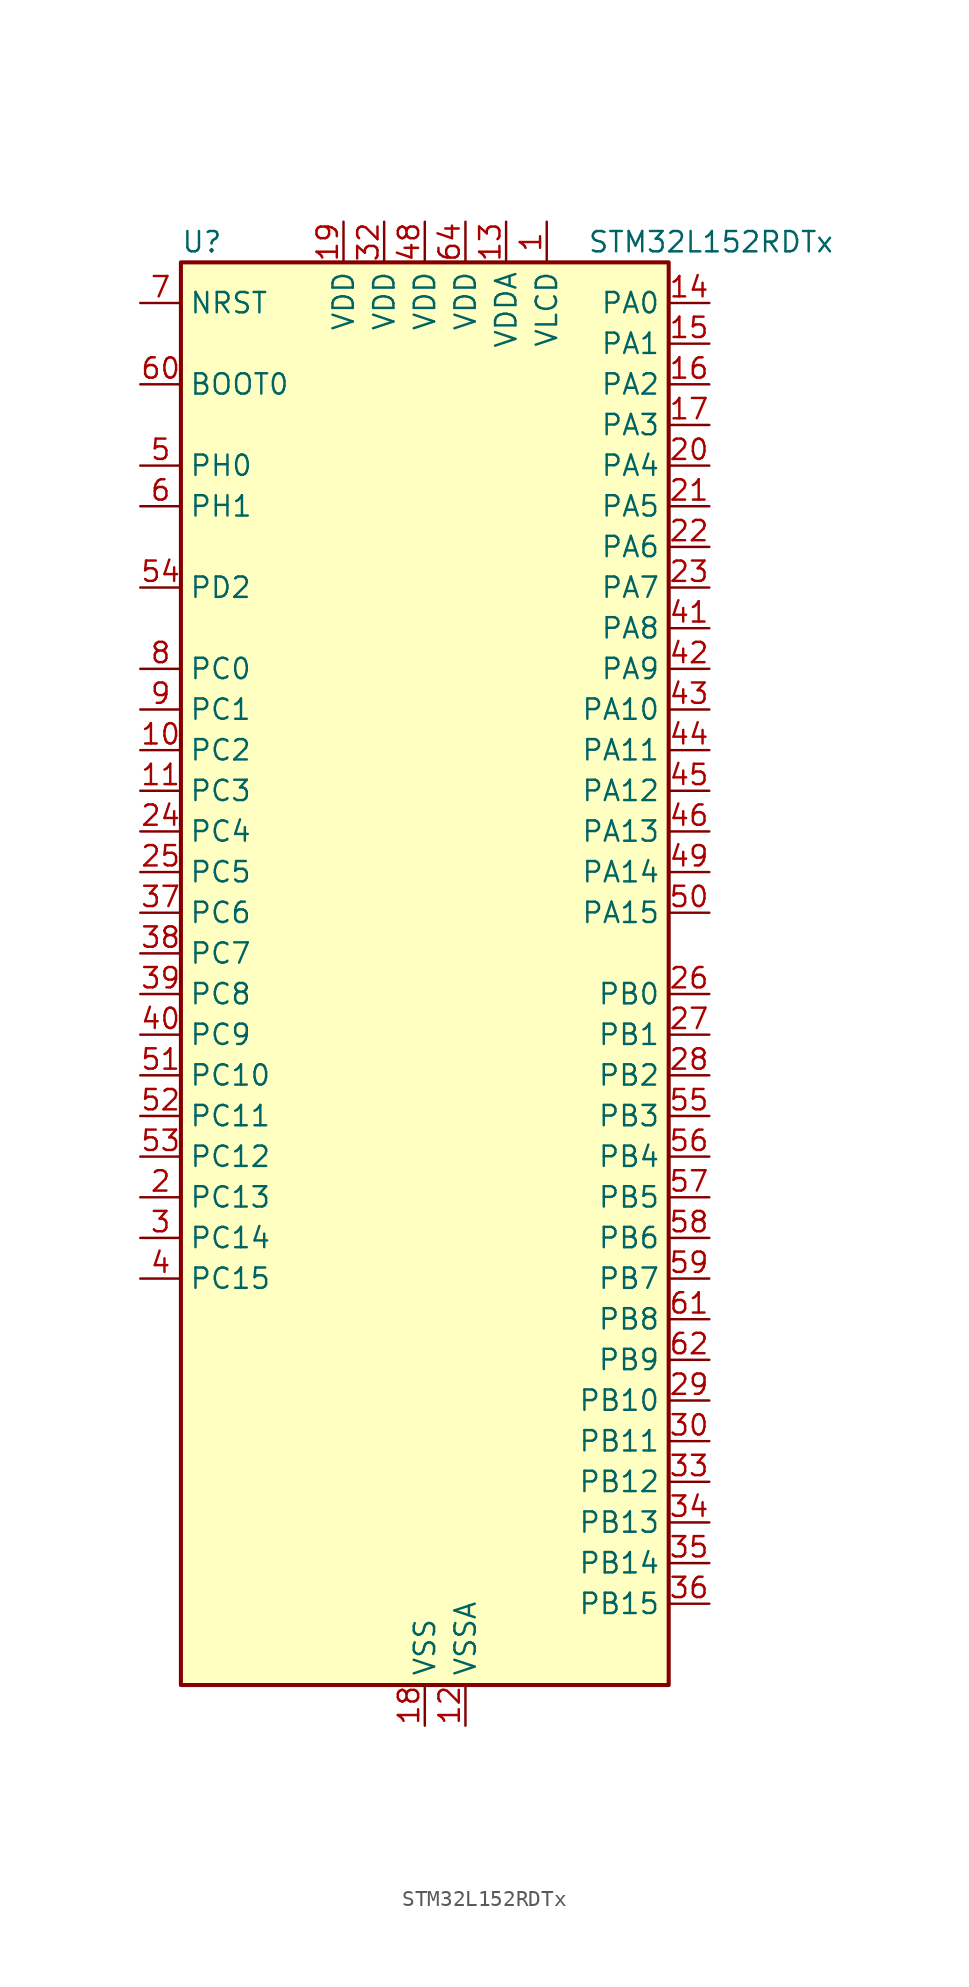
<source format=kicad_sym>
(kicad_symbol_lib
  (version 20220914)
  (generator kicad_symbol_editor)
  (symbol "STM32L152RDTx"
    (property "Reference" "U"
      (at -15.24 46.99 0)
      (effects (font (size 1.27 1.27)) (justify left)))
    (property "Value" "STM32L152RDTx"
      (at 10.16 46.99 0)
      (effects (font (size 1.27 1.27)) (justify left)))
    (property "ki_locked" ""
      (at 0 0 0)
      (effects (font (size 1.27 1.27))))
    (symbol "STM32L152RDTx_0_1"
      (rectangle (start -15.24 -43.18) (end 15.24 45.72) (stroke (width 0.254) (type default)) (fill (type background))))
    (symbol "STM32L152RDTx_1_1"
      (pin power_in line (at 7.62 48.26 270) (length 2.54) (name "VLCD" (effects (font (size 1.27 1.27)))) (number "1" (effects (font (size 1.27 1.27)))))
      (pin bidirectional line (at -17.78 15.24 0) (length 2.54) (name "PC2" (effects (font (size 1.27 1.27)))) (number "10" (effects (font (size 1.27 1.27)))) (alternate "ADC_IN12" bidirectional line) (alternate "COMP1_INP" bidirectional line) (alternate "LCD_SEG20" bidirectional line) (alternate "OPAMP3_VINM" bidirectional line) (alternate "TIMX_IC3" bidirectional line) (alternate "TS_G8_IO3" bidirectional line))
      (pin bidirectional line (at -17.78 12.7 0) (length 2.54) (name "PC3" (effects (font (size 1.27 1.27)))) (number "11" (effects (font (size 1.27 1.27)))) (alternate "ADC_IN13" bidirectional line) (alternate "COMP1_INP" bidirectional line) (alternate "LCD_SEG21" bidirectional line) (alternate "OPAMP3_VOUT" bidirectional line) (alternate "TIMX_IC4" bidirectional line) (alternate "TS_G8_IO4" bidirectional line))
      (pin power_in line (at 2.54 -45.72 90) (length 2.54) (name "VSSA" (effects (font (size 1.27 1.27)))) (number "12" (effects (font (size 1.27 1.27)))))
      (pin power_in line (at 5.08 48.26 270) (length 2.54) (name "VDDA" (effects (font (size 1.27 1.27)))) (number "13" (effects (font (size 1.27 1.27)))))
      (pin bidirectional line (at 17.78 43.18 180) (length 2.54) (name "PA0" (effects (font (size 1.27 1.27)))) (number "14" (effects (font (size 1.27 1.27)))) (alternate "ADC_IN0" bidirectional line) (alternate "COMP1_INP" bidirectional line) (alternate "RTC_TAMP2" bidirectional line) (alternate "SYS_WKUP1" bidirectional line) (alternate "TIM2_CH1" bidirectional line) (alternate "TIM2_ETR" bidirectional line) (alternate "TIM5_CH1" bidirectional line) (alternate "TIMX_IC1" bidirectional line) (alternate "TS_G1_IO1" bidirectional line) (alternate "USART2_CTS" bidirectional line))
      (pin bidirectional line (at 17.78 40.64 180) (length 2.54) (name "PA1" (effects (font (size 1.27 1.27)))) (number "15" (effects (font (size 1.27 1.27)))) (alternate "ADC_IN1" bidirectional line) (alternate "COMP1_INP" bidirectional line) (alternate "LCD_SEG0" bidirectional line) (alternate "OPAMP1_VINP" bidirectional line) (alternate "TIM2_CH2" bidirectional line) (alternate "TIM5_CH2" bidirectional line) (alternate "TIMX_IC2" bidirectional line) (alternate "TS_G1_IO2" bidirectional line) (alternate "USART2_RTS" bidirectional line))
      (pin bidirectional line (at 17.78 38.1 180) (length 2.54) (name "PA2" (effects (font (size 1.27 1.27)))) (number "16" (effects (font (size 1.27 1.27)))) (alternate "ADC_IN2" bidirectional line) (alternate "COMP1_INP" bidirectional line) (alternate "LCD_SEG1" bidirectional line) (alternate "OPAMP1_VINM" bidirectional line) (alternate "TIM2_CH3" bidirectional line) (alternate "TIM5_CH3" bidirectional line) (alternate "TIM9_CH1" bidirectional line) (alternate "TIMX_IC3" bidirectional line) (alternate "TS_G1_IO3" bidirectional line) (alternate "USART2_TX" bidirectional line))
      (pin bidirectional line (at 17.78 35.56 180) (length 2.54) (name "PA3" (effects (font (size 1.27 1.27)))) (number "17" (effects (font (size 1.27 1.27)))) (alternate "ADC_IN3" bidirectional line) (alternate "COMP1_INP" bidirectional line) (alternate "LCD_SEG2" bidirectional line) (alternate "OPAMP1_VOUT" bidirectional line) (alternate "TIM2_CH4" bidirectional line) (alternate "TIM5_CH4" bidirectional line) (alternate "TIM9_CH2" bidirectional line) (alternate "TIMX_IC4" bidirectional line) (alternate "TS_G1_IO4" bidirectional line) (alternate "USART2_RX" bidirectional line))
      (pin power_in line (at 0 -45.72 90) (length 2.54) (name "VSS" (effects (font (size 1.27 1.27)))) (number "18" (effects (font (size 1.27 1.27)))))
      (pin power_in line (at -5.08 48.26 270) (length 2.54) (name "VDD" (effects (font (size 1.27 1.27)))) (number "19" (effects (font (size 1.27 1.27)))))
      (pin bidirectional line (at -17.78 -12.7 0) (length 2.54) (name "PC13" (effects (font (size 1.27 1.27)))) (number "2" (effects (font (size 1.27 1.27)))) (alternate "RTC_OUT_ALARM" bidirectional line) (alternate "RTC_OUT_CALIB" bidirectional line) (alternate "RTC_TAMP1" bidirectional line) (alternate "RTC_TS" bidirectional line) (alternate "SYS_WKUP2" bidirectional line) (alternate "TIMX_IC2" bidirectional line))
      (pin bidirectional line (at 17.78 33.02 180) (length 2.54) (name "PA4" (effects (font (size 1.27 1.27)))) (number "20" (effects (font (size 1.27 1.27)))) (alternate "ADC_IN4" bidirectional line) (alternate "COMP1_INP" bidirectional line) (alternate "DAC_OUT1" bidirectional line) (alternate "I2S3_WS" bidirectional line) (alternate "SPI1_NSS" bidirectional line) (alternate "SPI3_NSS" bidirectional line) (alternate "TIMX_IC1" bidirectional line) (alternate "USART2_CK" bidirectional line))
      (pin bidirectional line (at 17.78 30.48 180) (length 2.54) (name "PA5" (effects (font (size 1.27 1.27)))) (number "21" (effects (font (size 1.27 1.27)))) (alternate "ADC_IN5" bidirectional line) (alternate "COMP1_INP" bidirectional line) (alternate "DAC_OUT2" bidirectional line) (alternate "SPI1_SCK" bidirectional line) (alternate "TIM2_CH1" bidirectional line) (alternate "TIM2_ETR" bidirectional line) (alternate "TIMX_IC2" bidirectional line))
      (pin bidirectional line (at 17.78 27.94 180) (length 2.54) (name "PA6" (effects (font (size 1.27 1.27)))) (number "22" (effects (font (size 1.27 1.27)))) (alternate "ADC_IN6" bidirectional line) (alternate "COMP1_INP" bidirectional line) (alternate "LCD_SEG3" bidirectional line) (alternate "OPAMP2_VINP" bidirectional line) (alternate "SPI1_MISO" bidirectional line) (alternate "TIM10_CH1" bidirectional line) (alternate "TIM3_CH1" bidirectional line) (alternate "TIMX_IC3" bidirectional line) (alternate "TS_G2_IO1" bidirectional line))
      (pin bidirectional line (at 17.78 25.4 180) (length 2.54) (name "PA7" (effects (font (size 1.27 1.27)))) (number "23" (effects (font (size 1.27 1.27)))) (alternate "ADC_IN7" bidirectional line) (alternate "COMP1_INP" bidirectional line) (alternate "LCD_SEG4" bidirectional line) (alternate "OPAMP2_VINM" bidirectional line) (alternate "SPI1_MOSI" bidirectional line) (alternate "TIM11_CH1" bidirectional line) (alternate "TIM3_CH2" bidirectional line) (alternate "TIMX_IC4" bidirectional line) (alternate "TS_G2_IO2" bidirectional line))
      (pin bidirectional line (at -17.78 10.16 0) (length 2.54) (name "PC4" (effects (font (size 1.27 1.27)))) (number "24" (effects (font (size 1.27 1.27)))) (alternate "ADC_IN14" bidirectional line) (alternate "COMP1_INP" bidirectional line) (alternate "LCD_SEG22" bidirectional line) (alternate "TIMX_IC1" bidirectional line) (alternate "TS_G9_IO1" bidirectional line))
      (pin bidirectional line (at -17.78 7.62 0) (length 2.54) (name "PC5" (effects (font (size 1.27 1.27)))) (number "25" (effects (font (size 1.27 1.27)))) (alternate "ADC_IN15" bidirectional line) (alternate "COMP1_INP" bidirectional line) (alternate "LCD_SEG23" bidirectional line) (alternate "TIMX_IC2" bidirectional line) (alternate "TS_G9_IO2" bidirectional line))
      (pin bidirectional line (at 17.78 0 180) (length 2.54) (name "PB0" (effects (font (size 1.27 1.27)))) (number "26" (effects (font (size 1.27 1.27)))) (alternate "ADC_IN8" bidirectional line) (alternate "COMP1_INP" bidirectional line) (alternate "LCD_SEG5" bidirectional line) (alternate "OPAMP2_VOUT" bidirectional line) (alternate "SYS_V_REF_OUT" bidirectional line) (alternate "TIM3_CH3" bidirectional line) (alternate "TS_G3_IO1" bidirectional line))
      (pin bidirectional line (at 17.78 -2.54 180) (length 2.54) (name "PB1" (effects (font (size 1.27 1.27)))) (number "27" (effects (font (size 1.27 1.27)))) (alternate "ADC_IN9" bidirectional line) (alternate "COMP1_INP" bidirectional line) (alternate "LCD_SEG6" bidirectional line) (alternate "SYS_V_REF_OUT" bidirectional line) (alternate "TIM3_CH4" bidirectional line) (alternate "TS_G3_IO2" bidirectional line))
      (pin bidirectional line (at 17.78 -5.08 180) (length 2.54) (name "PB2" (effects (font (size 1.27 1.27)))) (number "28" (effects (font (size 1.27 1.27)))) (alternate "TS_G3_IO3" bidirectional line))
      (pin bidirectional line (at 17.78 -25.4 180) (length 2.54) (name "PB10" (effects (font (size 1.27 1.27)))) (number "29" (effects (font (size 1.27 1.27)))) (alternate "I2C2_SCL" bidirectional line) (alternate "LCD_SEG10" bidirectional line) (alternate "TIM2_CH3" bidirectional line) (alternate "USART3_TX" bidirectional line))
      (pin bidirectional line (at -17.78 -15.24 0) (length 2.54) (name "PC14" (effects (font (size 1.27 1.27)))) (number "3" (effects (font (size 1.27 1.27)))) (alternate "RCC_OSC32_IN" bidirectional line) (alternate "TIMX_IC3" bidirectional line))
      (pin bidirectional line (at 17.78 -27.94 180) (length 2.54) (name "PB11" (effects (font (size 1.27 1.27)))) (number "30" (effects (font (size 1.27 1.27)))) (alternate "ADC_EXTI11" bidirectional line) (alternate "I2C2_SDA" bidirectional line) (alternate "LCD_SEG11" bidirectional line) (alternate "TIM2_CH4" bidirectional line) (alternate "USART3_RX" bidirectional line))
      (pin passive line (at 0 -45.72 90) (length 2.54) hide (name "VSS" (effects (font (size 1.27 1.27)))) (number "31" (effects (font (size 1.27 1.27)))))
      (pin power_in line (at -2.54 48.26 270) (length 2.54) (name "VDD" (effects (font (size 1.27 1.27)))) (number "32" (effects (font (size 1.27 1.27)))))
      (pin bidirectional line (at 17.78 -30.48 180) (length 2.54) (name "PB12" (effects (font (size 1.27 1.27)))) (number "33" (effects (font (size 1.27 1.27)))) (alternate "ADC_IN18" bidirectional line) (alternate "COMP1_INP" bidirectional line) (alternate "I2C2_SMBA" bidirectional line) (alternate "I2S2_WS" bidirectional line) (alternate "LCD_SEG12" bidirectional line) (alternate "SPI2_NSS" bidirectional line) (alternate "TIM10_CH1" bidirectional line) (alternate "TS_G7_IO1" bidirectional line) (alternate "USART3_CK" bidirectional line))
      (pin bidirectional line (at 17.78 -33.02 180) (length 2.54) (name "PB13" (effects (font (size 1.27 1.27)))) (number "34" (effects (font (size 1.27 1.27)))) (alternate "ADC_IN19" bidirectional line) (alternate "COMP1_INP" bidirectional line) (alternate "I2S2_CK" bidirectional line) (alternate "LCD_SEG13" bidirectional line) (alternate "SPI2_SCK" bidirectional line) (alternate "TIM9_CH1" bidirectional line) (alternate "TS_G7_IO2" bidirectional line) (alternate "USART3_CTS" bidirectional line))
      (pin bidirectional line (at 17.78 -35.56 180) (length 2.54) (name "PB14" (effects (font (size 1.27 1.27)))) (number "35" (effects (font (size 1.27 1.27)))) (alternate "ADC_IN20" bidirectional line) (alternate "COMP1_INP" bidirectional line) (alternate "LCD_SEG14" bidirectional line) (alternate "SPI2_MISO" bidirectional line) (alternate "TIM9_CH2" bidirectional line) (alternate "TS_G7_IO3" bidirectional line) (alternate "USART3_RTS" bidirectional line))
      (pin bidirectional line (at 17.78 -38.1 180) (length 2.54) (name "PB15" (effects (font (size 1.27 1.27)))) (number "36" (effects (font (size 1.27 1.27)))) (alternate "ADC_EXTI15" bidirectional line) (alternate "ADC_IN21" bidirectional line) (alternate "COMP1_INP" bidirectional line) (alternate "I2S2_SD" bidirectional line) (alternate "LCD_SEG15" bidirectional line) (alternate "RTC_REFIN" bidirectional line) (alternate "SPI2_MOSI" bidirectional line) (alternate "TIM11_CH1" bidirectional line) (alternate "TS_G7_IO4" bidirectional line))
      (pin bidirectional line (at -17.78 5.08 0) (length 2.54) (name "PC6" (effects (font (size 1.27 1.27)))) (number "37" (effects (font (size 1.27 1.27)))) (alternate "I2S2_MCK" bidirectional line) (alternate "LCD_SEG24" bidirectional line) (alternate "SDIO_D6" bidirectional line) (alternate "TIM3_CH1" bidirectional line) (alternate "TIMX_IC3" bidirectional line) (alternate "TS_G10_IO1" bidirectional line))
      (pin bidirectional line (at -17.78 2.54 0) (length 2.54) (name "PC7" (effects (font (size 1.27 1.27)))) (number "38" (effects (font (size 1.27 1.27)))) (alternate "I2S3_MCK" bidirectional line) (alternate "LCD_SEG25" bidirectional line) (alternate "SDIO_D7" bidirectional line) (alternate "TIM3_CH2" bidirectional line) (alternate "TIMX_IC4" bidirectional line) (alternate "TS_G10_IO2" bidirectional line))
      (pin bidirectional line (at -17.78 0 0) (length 2.54) (name "PC8" (effects (font (size 1.27 1.27)))) (number "39" (effects (font (size 1.27 1.27)))) (alternate "LCD_SEG26" bidirectional line) (alternate "SDIO_D0" bidirectional line) (alternate "TIM3_CH3" bidirectional line) (alternate "TIMX_IC1" bidirectional line) (alternate "TS_G10_IO3" bidirectional line))
      (pin bidirectional line (at -17.78 -17.78 0) (length 2.54) (name "PC15" (effects (font (size 1.27 1.27)))) (number "4" (effects (font (size 1.27 1.27)))) (alternate "ADC_EXTI15" bidirectional line) (alternate "RCC_OSC32_OUT" bidirectional line) (alternate "TIMX_IC4" bidirectional line))
      (pin bidirectional line (at -17.78 -2.54 0) (length 2.54) (name "PC9" (effects (font (size 1.27 1.27)))) (number "40" (effects (font (size 1.27 1.27)))) (alternate "DAC_EXTI9" bidirectional line) (alternate "LCD_SEG27" bidirectional line) (alternate "SDIO_D1" bidirectional line) (alternate "TIM3_CH4" bidirectional line) (alternate "TIMX_IC2" bidirectional line) (alternate "TS_G10_IO4" bidirectional line))
      (pin bidirectional line (at 17.78 22.86 180) (length 2.54) (name "PA8" (effects (font (size 1.27 1.27)))) (number "41" (effects (font (size 1.27 1.27)))) (alternate "LCD_COM0" bidirectional line) (alternate "RCC_MCO" bidirectional line) (alternate "TIMX_IC1" bidirectional line) (alternate "TS_G4_IO1" bidirectional line) (alternate "USART1_CK" bidirectional line))
      (pin bidirectional line (at 17.78 20.32 180) (length 2.54) (name "PA9" (effects (font (size 1.27 1.27)))) (number "42" (effects (font (size 1.27 1.27)))) (alternate "DAC_EXTI9" bidirectional line) (alternate "LCD_COM1" bidirectional line) (alternate "TIMX_IC2" bidirectional line) (alternate "TS_G4_IO2" bidirectional line) (alternate "USART1_TX" bidirectional line))
      (pin bidirectional line (at 17.78 17.78 180) (length 2.54) (name "PA10" (effects (font (size 1.27 1.27)))) (number "43" (effects (font (size 1.27 1.27)))) (alternate "LCD_COM2" bidirectional line) (alternate "TIMX_IC3" bidirectional line) (alternate "TS_G4_IO3" bidirectional line) (alternate "USART1_RX" bidirectional line))
      (pin bidirectional line (at 17.78 15.24 180) (length 2.54) (name "PA11" (effects (font (size 1.27 1.27)))) (number "44" (effects (font (size 1.27 1.27)))) (alternate "ADC_EXTI11" bidirectional line) (alternate "SPI1_MISO" bidirectional line) (alternate "TIMX_IC4" bidirectional line) (alternate "USART1_CTS" bidirectional line) (alternate "USB_DM" bidirectional line))
      (pin bidirectional line (at 17.78 12.7 180) (length 2.54) (name "PA12" (effects (font (size 1.27 1.27)))) (number "45" (effects (font (size 1.27 1.27)))) (alternate "SPI1_MOSI" bidirectional line) (alternate "TIMX_IC1" bidirectional line) (alternate "USART1_RTS" bidirectional line) (alternate "USB_DP" bidirectional line))
      (pin bidirectional line (at 17.78 10.16 180) (length 2.54) (name "PA13" (effects (font (size 1.27 1.27)))) (number "46" (effects (font (size 1.27 1.27)))) (alternate "SYS_JTMS-SWDIO" bidirectional line) (alternate "TIMX_IC2" bidirectional line) (alternate "TS_G5_IO1" bidirectional line))
      (pin passive line (at 0 -45.72 90) (length 2.54) hide (name "VSS" (effects (font (size 1.27 1.27)))) (number "47" (effects (font (size 1.27 1.27)))))
      (pin power_in line (at 0 48.26 270) (length 2.54) (name "VDD" (effects (font (size 1.27 1.27)))) (number "48" (effects (font (size 1.27 1.27)))))
      (pin bidirectional line (at 17.78 7.62 180) (length 2.54) (name "PA14" (effects (font (size 1.27 1.27)))) (number "49" (effects (font (size 1.27 1.27)))) (alternate "SYS_JTCK-SWCLK" bidirectional line) (alternate "TIMX_IC3" bidirectional line) (alternate "TS_G5_IO2" bidirectional line))
      (pin bidirectional line (at -17.78 33.02 0) (length 2.54) (name "PH0" (effects (font (size 1.27 1.27)))) (number "5" (effects (font (size 1.27 1.27)))) (alternate "RCC_OSC_IN" bidirectional line))
      (pin bidirectional line (at 17.78 5.08 180) (length 2.54) (name "PA15" (effects (font (size 1.27 1.27)))) (number "50" (effects (font (size 1.27 1.27)))) (alternate "ADC_EXTI15" bidirectional line) (alternate "I2S3_WS" bidirectional line) (alternate "LCD_SEG17" bidirectional line) (alternate "SPI1_NSS" bidirectional line) (alternate "SPI3_NSS" bidirectional line) (alternate "SYS_JTDI" bidirectional line) (alternate "TIM2_CH1" bidirectional line) (alternate "TIM2_ETR" bidirectional line) (alternate "TIMX_IC4" bidirectional line) (alternate "TS_G5_IO3" bidirectional line))
      (pin bidirectional line (at -17.78 -5.08 0) (length 2.54) (name "PC10" (effects (font (size 1.27 1.27)))) (number "51" (effects (font (size 1.27 1.27)))) (alternate "I2S3_CK" bidirectional line) (alternate "LCD_COM4" bidirectional line) (alternate "LCD_SEG28" bidirectional line) (alternate "LCD_SEG40" bidirectional line) (alternate "SDIO_D2" bidirectional line) (alternate "SPI3_SCK" bidirectional line) (alternate "TIMX_IC3" bidirectional line) (alternate "UART4_TX" bidirectional line) (alternate "USART3_TX" bidirectional line))
      (pin bidirectional line (at -17.78 -7.62 0) (length 2.54) (name "PC11" (effects (font (size 1.27 1.27)))) (number "52" (effects (font (size 1.27 1.27)))) (alternate "ADC_EXTI11" bidirectional line) (alternate "LCD_COM5" bidirectional line) (alternate "LCD_SEG29" bidirectional line) (alternate "LCD_SEG41" bidirectional line) (alternate "SDIO_D3" bidirectional line) (alternate "SPI3_MISO" bidirectional line) (alternate "TIMX_IC4" bidirectional line) (alternate "UART4_RX" bidirectional line) (alternate "USART3_RX" bidirectional line))
      (pin bidirectional line (at -17.78 -10.16 0) (length 2.54) (name "PC12" (effects (font (size 1.27 1.27)))) (number "53" (effects (font (size 1.27 1.27)))) (alternate "I2S3_SD" bidirectional line) (alternate "LCD_COM6" bidirectional line) (alternate "LCD_SEG30" bidirectional line) (alternate "LCD_SEG42" bidirectional line) (alternate "SDIO_CK" bidirectional line) (alternate "SPI3_MOSI" bidirectional line) (alternate "TIMX_IC1" bidirectional line) (alternate "UART5_TX" bidirectional line) (alternate "USART3_CK" bidirectional line))
      (pin bidirectional line (at -17.78 25.4 0) (length 2.54) (name "PD2" (effects (font (size 1.27 1.27)))) (number "54" (effects (font (size 1.27 1.27)))) (alternate "LCD_COM7" bidirectional line) (alternate "LCD_SEG31" bidirectional line) (alternate "LCD_SEG43" bidirectional line) (alternate "SDIO_CMD" bidirectional line) (alternate "TIM3_ETR" bidirectional line) (alternate "TIMX_IC3" bidirectional line) (alternate "UART5_RX" bidirectional line))
      (pin bidirectional line (at 17.78 -7.62 180) (length 2.54) (name "PB3" (effects (font (size 1.27 1.27)))) (number "55" (effects (font (size 1.27 1.27)))) (alternate "COMP2_INM" bidirectional line) (alternate "I2S3_CK" bidirectional line) (alternate "LCD_SEG7" bidirectional line) (alternate "SPI1_SCK" bidirectional line) (alternate "SPI3_SCK" bidirectional line) (alternate "SYS_JTDO-TRACESWO" bidirectional line) (alternate "TIM2_CH2" bidirectional line))
      (pin bidirectional line (at 17.78 -10.16 180) (length 2.54) (name "PB4" (effects (font (size 1.27 1.27)))) (number "56" (effects (font (size 1.27 1.27)))) (alternate "COMP2_INP" bidirectional line) (alternate "LCD_SEG8" bidirectional line) (alternate "SPI1_MISO" bidirectional line) (alternate "SPI3_MISO" bidirectional line) (alternate "SYS_JTRST" bidirectional line) (alternate "TIM3_CH1" bidirectional line) (alternate "TS_G6_IO1" bidirectional line))
      (pin bidirectional line (at 17.78 -12.7 180) (length 2.54) (name "PB5" (effects (font (size 1.27 1.27)))) (number "57" (effects (font (size 1.27 1.27)))) (alternate "COMP2_INP" bidirectional line) (alternate "I2C1_SMBA" bidirectional line) (alternate "I2S3_SD" bidirectional line) (alternate "LCD_SEG9" bidirectional line) (alternate "SPI1_MOSI" bidirectional line) (alternate "SPI3_MOSI" bidirectional line) (alternate "TIM3_CH2" bidirectional line) (alternate "TS_G6_IO2" bidirectional line))
      (pin bidirectional line (at 17.78 -15.24 180) (length 2.54) (name "PB6" (effects (font (size 1.27 1.27)))) (number "58" (effects (font (size 1.27 1.27)))) (alternate "COMP2_INP" bidirectional line) (alternate "I2C1_SCL" bidirectional line) (alternate "TIM4_CH1" bidirectional line) (alternate "TS_G6_IO3" bidirectional line) (alternate "USART1_TX" bidirectional line))
      (pin bidirectional line (at 17.78 -17.78 180) (length 2.54) (name "PB7" (effects (font (size 1.27 1.27)))) (number "59" (effects (font (size 1.27 1.27)))) (alternate "COMP2_INP" bidirectional line) (alternate "I2C1_SDA" bidirectional line) (alternate "SYS_PVD_IN" bidirectional line) (alternate "TIM4_CH2" bidirectional line) (alternate "TS_G6_IO4" bidirectional line) (alternate "USART1_RX" bidirectional line))
      (pin bidirectional line (at -17.78 30.48 0) (length 2.54) (name "PH1" (effects (font (size 1.27 1.27)))) (number "6" (effects (font (size 1.27 1.27)))) (alternate "RCC_OSC_OUT" bidirectional line))
      (pin input line (at -17.78 38.1 0) (length 2.54) (name "BOOT0" (effects (font (size 1.27 1.27)))) (number "60" (effects (font (size 1.27 1.27)))))
      (pin bidirectional line (at 17.78 -20.32 180) (length 2.54) (name "PB8" (effects (font (size 1.27 1.27)))) (number "61" (effects (font (size 1.27 1.27)))) (alternate "I2C1_SCL" bidirectional line) (alternate "LCD_SEG16" bidirectional line) (alternate "SDIO_D4" bidirectional line) (alternate "TIM10_CH1" bidirectional line) (alternate "TIM4_CH3" bidirectional line))
      (pin bidirectional line (at 17.78 -22.86 180) (length 2.54) (name "PB9" (effects (font (size 1.27 1.27)))) (number "62" (effects (font (size 1.27 1.27)))) (alternate "DAC_EXTI9" bidirectional line) (alternate "I2C1_SDA" bidirectional line) (alternate "LCD_COM3" bidirectional line) (alternate "SDIO_D5" bidirectional line) (alternate "TIM11_CH1" bidirectional line) (alternate "TIM4_CH4" bidirectional line))
      (pin passive line (at 0 -45.72 90) (length 2.54) hide (name "VSS" (effects (font (size 1.27 1.27)))) (number "63" (effects (font (size 1.27 1.27)))))
      (pin power_in line (at 2.54 48.26 270) (length 2.54) (name "VDD" (effects (font (size 1.27 1.27)))) (number "64" (effects (font (size 1.27 1.27)))))
      (pin input line (at -17.78 43.18 0) (length 2.54) (name "NRST" (effects (font (size 1.27 1.27)))) (number "7" (effects (font (size 1.27 1.27)))))
      (pin bidirectional line (at -17.78 20.32 0) (length 2.54) (name "PC0" (effects (font (size 1.27 1.27)))) (number "8" (effects (font (size 1.27 1.27)))) (alternate "ADC_IN10" bidirectional line) (alternate "COMP1_INP" bidirectional line) (alternate "LCD_SEG18" bidirectional line) (alternate "TIMX_IC1" bidirectional line) (alternate "TS_G8_IO1" bidirectional line))
      (pin bidirectional line (at -17.78 17.78 0) (length 2.54) (name "PC1" (effects (font (size 1.27 1.27)))) (number "9" (effects (font (size 1.27 1.27)))) (alternate "ADC_IN11" bidirectional line) (alternate "COMP1_INP" bidirectional line) (alternate "LCD_SEG19" bidirectional line) (alternate "OPAMP3_VINP" bidirectional line) (alternate "TIMX_IC2" bidirectional line) (alternate "TS_G8_IO2" bidirectional line)))))
</source>
